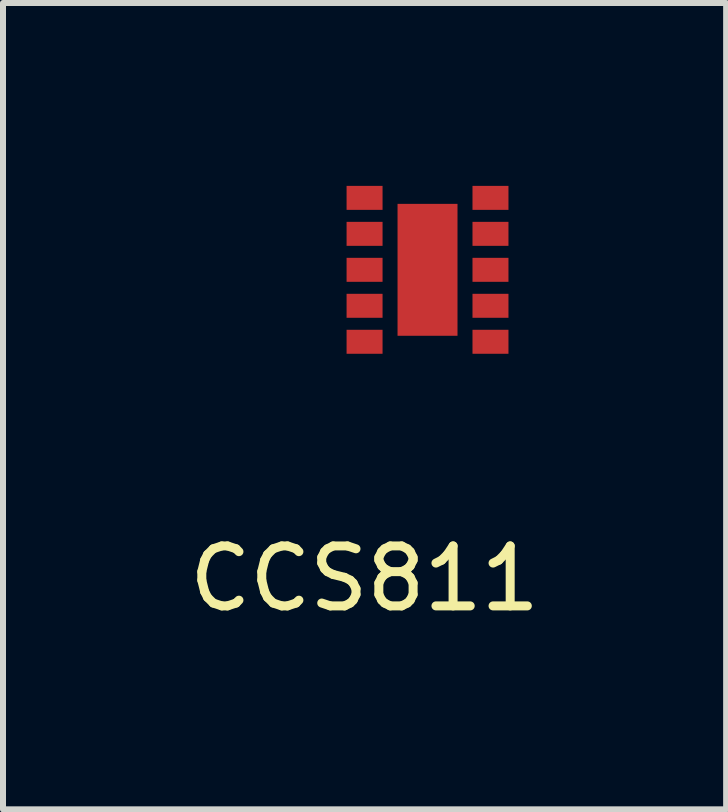
<source format=kicad_pcb>
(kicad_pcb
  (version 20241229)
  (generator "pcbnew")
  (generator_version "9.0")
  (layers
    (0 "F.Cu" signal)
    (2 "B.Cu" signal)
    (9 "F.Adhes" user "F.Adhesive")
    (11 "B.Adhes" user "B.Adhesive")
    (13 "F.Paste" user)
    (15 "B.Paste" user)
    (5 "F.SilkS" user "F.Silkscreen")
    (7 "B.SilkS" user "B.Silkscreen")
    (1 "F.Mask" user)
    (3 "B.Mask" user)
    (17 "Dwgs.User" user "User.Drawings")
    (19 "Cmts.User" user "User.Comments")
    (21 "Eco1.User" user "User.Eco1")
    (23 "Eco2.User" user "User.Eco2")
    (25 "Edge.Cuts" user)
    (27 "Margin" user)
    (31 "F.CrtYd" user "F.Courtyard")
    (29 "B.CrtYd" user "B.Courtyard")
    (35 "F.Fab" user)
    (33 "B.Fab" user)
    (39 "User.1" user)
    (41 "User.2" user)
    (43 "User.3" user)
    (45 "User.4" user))
  (footprint "CCS811"
    (layer "F.Cu")
    (at 3.03 0.25)
    (property "Reference" "CCS811" (at 0 6.35 0) (layer "F.SilkS") (effects (font (size 1 1) (thickness 0.15))))
    (attr through_hole)
    (pad "1" smd rect (at 0 0) (size 0.6 0.4) (layers "F.Cu" "F.Mask" "F.Paste"))
    (pad "2" smd rect (at 0 0.6) (size 0.6 0.4) (layers "F.Cu" "F.Mask" "F.Paste"))
    (pad "3" smd rect (at 0 1.2) (size 0.6 0.4) (layers "F.Cu" "F.Mask" "F.Paste"))
    (pad "4" smd rect (at 0 1.8) (size 0.6 0.4) (layers "F.Cu" "F.Mask" "F.Paste"))
    (pad "5" smd rect (at 0 2.4) (size 0.6 0.4) (layers "F.Cu" "F.Mask" "F.Paste"))
    (pad "6" smd rect (at 2.1 2.4) (size 0.6 0.4) (layers "F.Cu" "F.Mask" "F.Paste"))
    (pad "7" smd rect (at 2.1 1.8) (size 0.6 0.4) (layers "F.Cu" "F.Mask" "F.Paste"))
    (pad "8" smd rect (at 2.1 1.2) (size 0.6 0.4) (layers "F.Cu" "F.Mask" "F.Paste"))
    (pad "9" smd rect (at 2.1 0.6) (size 0.6 0.4) (layers "F.Cu" "F.Mask" "F.Paste"))
    (pad "10" smd rect (at 2.1 0) (size 0.6 0.4) (layers "F.Cu" "F.Mask" "F.Paste"))
    (pad "11" smd rect (at 1.05 1.2) (size 1 2.2) (layers "F.Cu" "F.Mask" "F.Paste")))
  (gr_rect
    (start -3 -3)
    (end 9.06 10.448)
    (stroke (width 0.1) (type default))
    (fill no)
    (layer "Edge.Cuts")))
</source>
